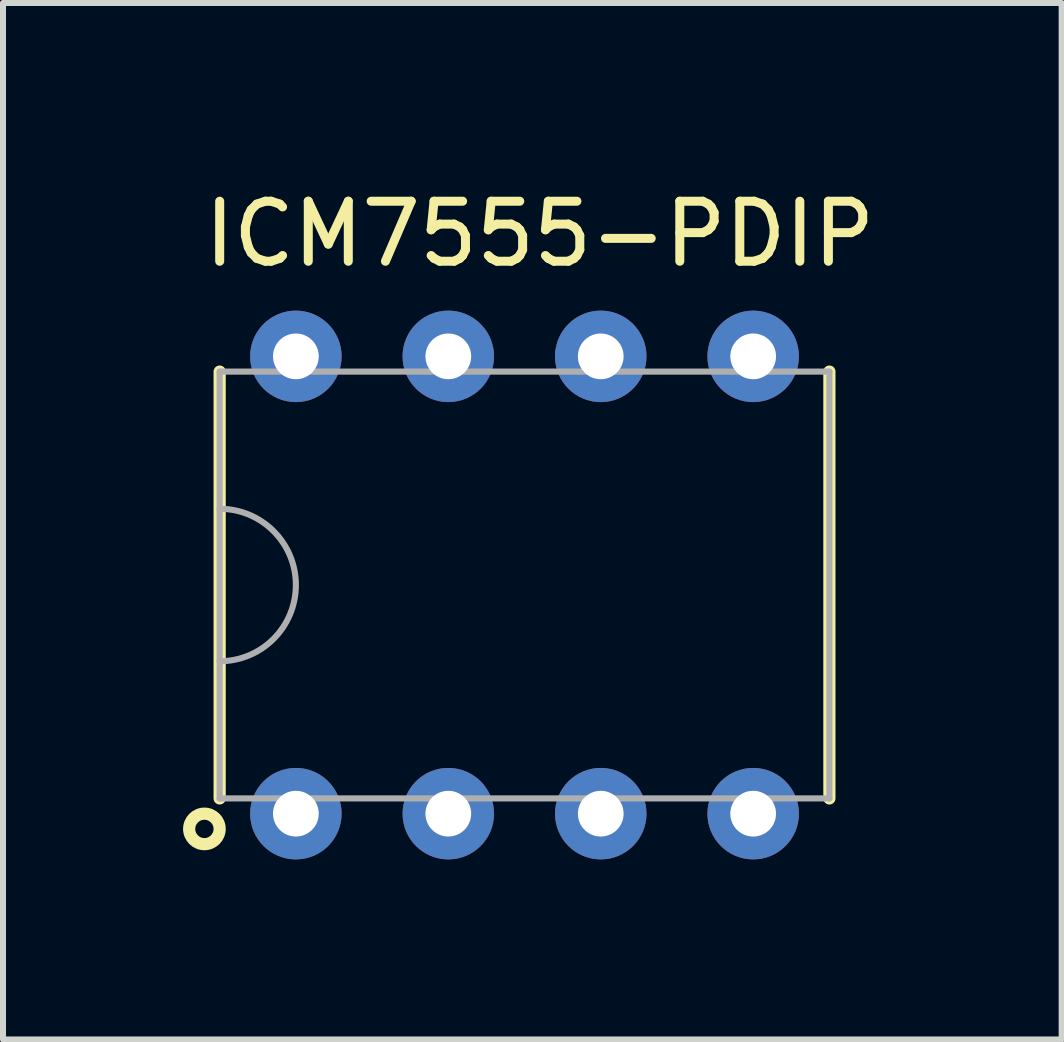
<source format=kicad_pcb>
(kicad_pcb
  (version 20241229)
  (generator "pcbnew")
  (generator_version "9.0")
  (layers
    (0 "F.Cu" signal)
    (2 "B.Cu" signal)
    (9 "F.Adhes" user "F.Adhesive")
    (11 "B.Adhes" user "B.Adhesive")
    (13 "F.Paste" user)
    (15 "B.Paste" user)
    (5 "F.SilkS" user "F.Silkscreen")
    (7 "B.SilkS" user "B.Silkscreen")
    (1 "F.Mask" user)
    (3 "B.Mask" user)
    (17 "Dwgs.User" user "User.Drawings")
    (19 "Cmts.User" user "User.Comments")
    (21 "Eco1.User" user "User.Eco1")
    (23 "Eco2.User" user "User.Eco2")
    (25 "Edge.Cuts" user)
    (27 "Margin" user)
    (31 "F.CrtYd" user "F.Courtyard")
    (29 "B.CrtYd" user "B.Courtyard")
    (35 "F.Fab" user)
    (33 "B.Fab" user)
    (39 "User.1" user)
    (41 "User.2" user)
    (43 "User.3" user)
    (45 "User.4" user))
  (footprint "ICM7555-PDIP"
    (layer "F.Cu")
    (at 5.69 6.698)
    (property "Reference" "ICM7555-PDIP" (at 0.254 -5.85 0) (layer "F.SilkS") (effects (font (size 1 1) (thickness 0.15))))
    (attr through_hole)
    (fp_line (start -5.08 3.556) (end -5.08 -3.556) (stroke (width 0.203) (type solid)) (layer "F.SilkS"))
    (fp_line (start 5.08 3.556) (end 5.08 -3.556) (stroke (width 0.203) (type solid)) (layer "F.SilkS"))
    (fp_circle (center -5.334 4.064) (end -5.08 4.064) (stroke (width 0.203) (type solid)) (fill no) (layer "F.SilkS"))
    (fp_line (start -5.08 3.556) (end -5.08 -3.556) (stroke (width 0.102) (type solid)) (layer "F.Fab"))
    (fp_line (start 5.08 -3.556) (end -5.08 -3.556) (stroke (width 0.102) (type solid)) (layer "F.Fab"))
    (fp_line (start 5.08 3.556) (end -5.08 3.556) (stroke (width 0.102) (type solid)) (layer "F.Fab"))
    (fp_line (start 5.08 3.556) (end 5.08 -3.556) (stroke (width 0.102) (type solid)) (layer "F.Fab"))
    (fp_arc (start -5.08 -1.27) (mid -3.81 0) (end -5.08 1.27) (stroke (width 0.1016) (type solid)) (layer "F.Fab"))
    (pad "1" thru_hole circle (at -3.81 3.81) (size 1.524 1.524) (drill 0.762) (layers "*.Cu" "*.Mask"))
    (pad "2" thru_hole circle (at -1.27 3.81) (size 1.524 1.524) (drill 0.762) (layers "*.Cu" "*.Mask"))
    (pad "3" thru_hole circle (at 1.27 3.81) (size 1.524 1.524) (drill 0.762) (layers "*.Cu" "*.Mask"))
    (pad "4" thru_hole circle (at -3.81 -3.81) (size 1.524 1.524) (drill 0.762) (layers "*.Cu" "*.Mask"))
    (pad "4" thru_hole circle (at 3.81 3.81) (size 1.524 1.524) (drill 0.762) (layers "*.Cu" "*.Mask"))
    (pad "5" thru_hole circle (at 3.81 -3.81) (size 1.524 1.524) (drill 0.762) (layers "*.Cu" "*.Mask"))
    (pad "6" thru_hole circle (at 1.27 -3.81) (size 1.524 1.524) (drill 0.762) (layers "*.Cu" "*.Mask"))
    (pad "7" thru_hole circle (at -1.27 -3.81) (size 1.524 1.524) (drill 0.762) (layers "*.Cu" "*.Mask")))
  (gr_rect
    (start -3 -3)
    (end 14.64 14.27)
    (stroke (width 0.1) (type default))
    (fill no)
    (layer "Edge.Cuts")))
</source>
